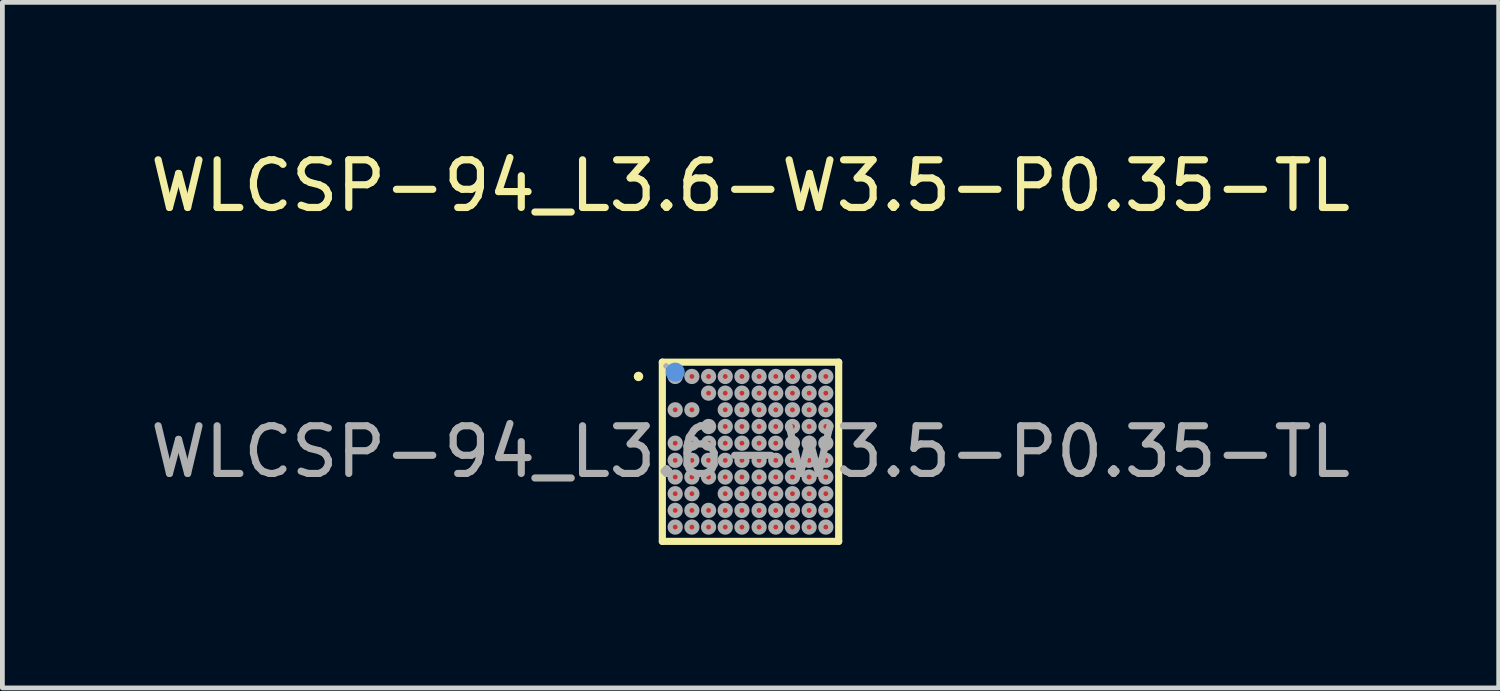
<source format=kicad_pcb>
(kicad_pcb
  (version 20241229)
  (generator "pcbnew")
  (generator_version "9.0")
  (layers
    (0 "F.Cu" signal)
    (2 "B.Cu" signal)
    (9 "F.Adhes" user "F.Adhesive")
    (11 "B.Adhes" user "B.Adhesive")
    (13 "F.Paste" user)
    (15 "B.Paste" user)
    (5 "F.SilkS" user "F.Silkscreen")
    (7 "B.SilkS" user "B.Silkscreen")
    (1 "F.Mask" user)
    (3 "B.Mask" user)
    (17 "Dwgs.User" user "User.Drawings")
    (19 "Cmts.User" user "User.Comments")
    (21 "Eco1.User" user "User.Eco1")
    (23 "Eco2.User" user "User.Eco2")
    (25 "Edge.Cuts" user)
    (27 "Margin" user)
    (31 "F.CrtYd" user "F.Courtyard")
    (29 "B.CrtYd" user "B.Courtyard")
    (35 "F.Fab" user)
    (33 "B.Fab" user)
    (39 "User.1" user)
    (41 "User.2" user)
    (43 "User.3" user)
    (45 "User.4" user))
  (footprint "WLCSP-94_L3.6-W3.5-P0.35-TL"
    (layer "F.Cu")
    (at 12.696 6.428)
    (property "Reference" "WLCSP-94_L3.6-W3.5-P0.35-TL" (at 0 -5.58 0) (layer "F.SilkS") (effects (font (size 1 1) (thickness 0.15))))
    (attr smd)
    (fp_line (start -1.85 -1.88) (end 1.85 -1.88) (stroke (width 0.15) (type solid)) (layer "F.SilkS"))
    (fp_line (start -1.85 1.88) (end -1.85 -1.88) (stroke (width 0.15) (type solid)) (layer "F.SilkS"))
    (fp_line (start 1.85 -1.88) (end 1.85 1.88) (stroke (width 0.15) (type solid)) (layer "F.SilkS"))
    (fp_line (start 1.85 1.88) (end -1.85 1.88) (stroke (width 0.15) (type solid)) (layer "F.SilkS"))
    (fp_circle (center -2.35 -1.58) (end -2.3 -1.58) (stroke (width 0.1) (type solid)) (fill no) (layer "F.SilkS"))
    (fp_circle (center -1.58 -1.67) (end -1.48 -1.67) (stroke (width 0.2) (type solid)) (fill no) (layer "Cmts.User"))
    (fp_circle (center -1.77 -1.8) (end -1.74 -1.8) (stroke (width 0.06) (type solid)) (fill no) (layer "F.Fab"))
    (fp_circle (center -1.58 -1.58) (end -1.53 -1.58) (stroke (width 0.11) (type solid)) (fill no) (layer "F.Fab"))
    (fp_circle (center -1.58 -0.88) (end -1.53 -0.88) (stroke (width 0.11) (type solid)) (fill no) (layer "F.Fab"))
    (fp_circle (center -1.58 -0.18) (end -1.53 -0.18) (stroke (width 0.11) (type solid)) (fill no) (layer "F.Fab"))
    (fp_circle (center -1.58 0.18) (end -1.53 0.18) (stroke (width 0.11) (type solid)) (fill no) (layer "F.Fab"))
    (fp_circle (center -1.58 0.53) (end -1.53 0.53) (stroke (width 0.11) (type solid)) (fill no) (layer "F.Fab"))
    (fp_circle (center -1.58 0.88) (end -1.53 0.88) (stroke (width 0.11) (type solid)) (fill no) (layer "F.Fab"))
    (fp_circle (center -1.58 1.23) (end -1.53 1.23) (stroke (width 0.11) (type solid)) (fill no) (layer "F.Fab"))
    (fp_circle (center -1.58 1.58) (end -1.53 1.58) (stroke (width 0.11) (type solid)) (fill no) (layer "F.Fab"))
    (fp_circle (center -1.23 -1.58) (end -1.18 -1.58) (stroke (width 0.11) (type solid)) (fill no) (layer "F.Fab"))
    (fp_circle (center -1.23 -0.88) (end -1.18 -0.88) (stroke (width 0.11) (type solid)) (fill no) (layer "F.Fab"))
    (fp_circle (center -1.23 -0.18) (end -1.18 -0.18) (stroke (width 0.11) (type solid)) (fill no) (layer "F.Fab"))
    (fp_circle (center -1.23 0.18) (end -1.18 0.18) (stroke (width 0.11) (type solid)) (fill no) (layer "F.Fab"))
    (fp_circle (center -1.23 0.53) (end -1.18 0.53) (stroke (width 0.11) (type solid)) (fill no) (layer "F.Fab"))
    (fp_circle (center -1.23 0.88) (end -1.18 0.88) (stroke (width 0.11) (type solid)) (fill no) (layer "F.Fab"))
    (fp_circle (center -1.23 1.23) (end -1.18 1.23) (stroke (width 0.11) (type solid)) (fill no) (layer "F.Fab"))
    (fp_circle (center -1.23 1.58) (end -1.18 1.58) (stroke (width 0.11) (type solid)) (fill no) (layer "F.Fab"))
    (fp_circle (center -0.88 -1.58) (end -0.83 -1.58) (stroke (width 0.11) (type solid)) (fill no) (layer "F.Fab"))
    (fp_circle (center -0.88 -1.23) (end -0.83 -1.23) (stroke (width 0.11) (type solid)) (fill no) (layer "F.Fab"))
    (fp_circle (center -0.88 -0.53) (end -0.83 -0.53) (stroke (width 0.11) (type solid)) (fill no) (layer "F.Fab"))
    (fp_circle (center -0.88 -0.18) (end -0.83 -0.18) (stroke (width 0.11) (type solid)) (fill no) (layer "F.Fab"))
    (fp_circle (center -0.88 0.18) (end -0.83 0.18) (stroke (width 0.11) (type solid)) (fill no) (layer "F.Fab"))
    (fp_circle (center -0.88 0.53) (end -0.83 0.53) (stroke (width 0.11) (type solid)) (fill no) (layer "F.Fab"))
    (fp_circle (center -0.88 1.23) (end -0.83 1.23) (stroke (width 0.11) (type solid)) (fill no) (layer "F.Fab"))
    (fp_circle (center -0.88 1.58) (end -0.83 1.58) (stroke (width 0.11) (type solid)) (fill no) (layer "F.Fab"))
    (fp_circle (center -0.53 -1.58) (end -0.48 -1.58) (stroke (width 0.11) (type solid)) (fill no) (layer "F.Fab"))
    (fp_circle (center -0.53 -1.23) (end -0.48 -1.23) (stroke (width 0.11) (type solid)) (fill no) (layer "F.Fab"))
    (fp_circle (center -0.53 -0.88) (end -0.48 -0.88) (stroke (width 0.11) (type solid)) (fill no) (layer "F.Fab"))
    (fp_circle (center -0.53 -0.53) (end -0.48 -0.53) (stroke (width 0.11) (type solid)) (fill no) (layer "F.Fab"))
    (fp_circle (center -0.53 -0.18) (end -0.48 -0.18) (stroke (width 0.11) (type solid)) (fill no) (layer "F.Fab"))
    (fp_circle (center -0.53 0.18) (end -0.48 0.18) (stroke (width 0.11) (type solid)) (fill no) (layer "F.Fab"))
    (fp_circle (center -0.53 0.53) (end -0.48 0.53) (stroke (width 0.11) (type solid)) (fill no) (layer "F.Fab"))
    (fp_circle (center -0.53 0.88) (end -0.48 0.88) (stroke (width 0.11) (type solid)) (fill no) (layer "F.Fab"))
    (fp_circle (center -0.53 1.23) (end -0.48 1.23) (stroke (width 0.11) (type solid)) (fill no) (layer "F.Fab"))
    (fp_circle (center -0.53 1.58) (end -0.48 1.58) (stroke (width 0.11) (type solid)) (fill no) (layer "F.Fab"))
    (fp_circle (center -0.18 -1.58) (end -0.13 -1.58) (stroke (width 0.11) (type solid)) (fill no) (layer "F.Fab"))
    (fp_circle (center -0.18 -1.23) (end -0.13 -1.23) (stroke (width 0.11) (type solid)) (fill no) (layer "F.Fab"))
    (fp_circle (center -0.18 -0.88) (end -0.13 -0.88) (stroke (width 0.11) (type solid)) (fill no) (layer "F.Fab"))
    (fp_circle (center -0.18 -0.53) (end -0.13 -0.53) (stroke (width 0.11) (type solid)) (fill no) (layer "F.Fab"))
    (fp_circle (center -0.18 -0.18) (end -0.13 -0.18) (stroke (width 0.11) (type solid)) (fill no) (layer "F.Fab"))
    (fp_circle (center -0.18 0.18) (end -0.13 0.18) (stroke (width 0.11) (type solid)) (fill no) (layer "F.Fab"))
    (fp_circle (center -0.18 0.53) (end -0.13 0.53) (stroke (width 0.11) (type solid)) (fill no) (layer "F.Fab"))
    (fp_circle (center -0.18 0.88) (end -0.13 0.88) (stroke (width 0.11) (type solid)) (fill no) (layer "F.Fab"))
    (fp_circle (center -0.18 1.23) (end -0.13 1.23) (stroke (width 0.11) (type solid)) (fill no) (layer "F.Fab"))
    (fp_circle (center -0.18 1.58) (end -0.13 1.58) (stroke (width 0.11) (type solid)) (fill no) (layer "F.Fab"))
    (fp_circle (center 0.18 -1.58) (end 0.23 -1.58) (stroke (width 0.11) (type solid)) (fill no) (layer "F.Fab"))
    (fp_circle (center 0.18 -1.23) (end 0.23 -1.23) (stroke (width 0.11) (type solid)) (fill no) (layer "F.Fab"))
    (fp_circle (center 0.18 -0.88) (end 0.23 -0.88) (stroke (width 0.11) (type solid)) (fill no) (layer "F.Fab"))
    (fp_circle (center 0.18 -0.53) (end 0.23 -0.53) (stroke (width 0.11) (type solid)) (fill no) (layer "F.Fab"))
    (fp_circle (center 0.18 -0.18) (end 0.23 -0.18) (stroke (width 0.11) (type solid)) (fill no) (layer "F.Fab"))
    (fp_circle (center 0.18 0.18) (end 0.23 0.18) (stroke (width 0.11) (type solid)) (fill no) (layer "F.Fab"))
    (fp_circle (center 0.18 0.53) (end 0.23 0.53) (stroke (width 0.11) (type solid)) (fill no) (layer "F.Fab"))
    (fp_circle (center 0.18 0.88) (end 0.23 0.88) (stroke (width 0.11) (type solid)) (fill no) (layer "F.Fab"))
    (fp_circle (center 0.18 1.23) (end 0.23 1.23) (stroke (width 0.11) (type solid)) (fill no) (layer "F.Fab"))
    (fp_circle (center 0.18 1.58) (end 0.23 1.58) (stroke (width 0.11) (type solid)) (fill no) (layer "F.Fab"))
    (fp_circle (center 0.53 -1.58) (end 0.58 -1.58) (stroke (width 0.11) (type solid)) (fill no) (layer "F.Fab"))
    (fp_circle (center 0.53 -1.23) (end 0.58 -1.23) (stroke (width 0.11) (type solid)) (fill no) (layer "F.Fab"))
    (fp_circle (center 0.53 -0.88) (end 0.58 -0.88) (stroke (width 0.11) (type solid)) (fill no) (layer "F.Fab"))
    (fp_circle (center 0.53 -0.53) (end 0.58 -0.53) (stroke (width 0.11) (type solid)) (fill no) (layer "F.Fab"))
    (fp_circle (center 0.53 -0.18) (end 0.58 -0.18) (stroke (width 0.11) (type solid)) (fill no) (layer "F.Fab"))
    (fp_circle (center 0.53 0.18) (end 0.58 0.18) (stroke (width 0.11) (type solid)) (fill no) (layer "F.Fab"))
    (fp_circle (center 0.53 0.53) (end 0.58 0.53) (stroke (width 0.11) (type solid)) (fill no) (layer "F.Fab"))
    (fp_circle (center 0.53 0.88) (end 0.58 0.88) (stroke (width 0.11) (type solid)) (fill no) (layer "F.Fab"))
    (fp_circle (center 0.53 1.23) (end 0.58 1.23) (stroke (width 0.11) (type solid)) (fill no) (layer "F.Fab"))
    (fp_circle (center 0.53 1.58) (end 0.58 1.58) (stroke (width 0.11) (type solid)) (fill no) (layer "F.Fab"))
    (fp_circle (center 0.88 -1.58) (end 0.93 -1.58) (stroke (width 0.11) (type solid)) (fill no) (layer "F.Fab"))
    (fp_circle (center 0.88 -1.23) (end 0.93 -1.23) (stroke (width 0.11) (type solid)) (fill no) (layer "F.Fab"))
    (fp_circle (center 0.88 -0.88) (end 0.93 -0.88) (stroke (width 0.11) (type solid)) (fill no) (layer "F.Fab"))
    (fp_circle (center 0.88 -0.53) (end 0.93 -0.53) (stroke (width 0.11) (type solid)) (fill no) (layer "F.Fab"))
    (fp_circle (center 0.88 -0.18) (end 0.93 -0.18) (stroke (width 0.11) (type solid)) (fill no) (layer "F.Fab"))
    (fp_circle (center 0.88 0.18) (end 0.93 0.18) (stroke (width 0.11) (type solid)) (fill no) (layer "F.Fab"))
    (fp_circle (center 0.88 0.53) (end 0.93 0.53) (stroke (width 0.11) (type solid)) (fill no) (layer "F.Fab"))
    (fp_circle (center 0.88 0.88) (end 0.93 0.88) (stroke (width 0.11) (type solid)) (fill no) (layer "F.Fab"))
    (fp_circle (center 0.88 1.23) (end 0.93 1.23) (stroke (width 0.11) (type solid)) (fill no) (layer "F.Fab"))
    (fp_circle (center 0.88 1.58) (end 0.93 1.58) (stroke (width 0.11) (type solid)) (fill no) (layer "F.Fab"))
    (fp_circle (center 1.23 -1.58) (end 1.28 -1.58) (stroke (width 0.11) (type solid)) (fill no) (layer "F.Fab"))
    (fp_circle (center 1.23 -1.23) (end 1.28 -1.23) (stroke (width 0.11) (type solid)) (fill no) (layer "F.Fab"))
    (fp_circle (center 1.23 -0.88) (end 1.28 -0.88) (stroke (width 0.11) (type solid)) (fill no) (layer "F.Fab"))
    (fp_circle (center 1.23 -0.53) (end 1.28 -0.53) (stroke (width 0.11) (type solid)) (fill no) (layer "F.Fab"))
    (fp_circle (center 1.23 -0.18) (end 1.28 -0.18) (stroke (width 0.11) (type solid)) (fill no) (layer "F.Fab"))
    (fp_circle (center 1.23 0.18) (end 1.28 0.18) (stroke (width 0.11) (type solid)) (fill no) (layer "F.Fab"))
    (fp_circle (center 1.23 0.53) (end 1.28 0.53) (stroke (width 0.11) (type solid)) (fill no) (layer "F.Fab"))
    (fp_circle (center 1.23 0.88) (end 1.28 0.88) (stroke (width 0.11) (type solid)) (fill no) (layer "F.Fab"))
    (fp_circle (center 1.23 1.23) (end 1.28 1.23) (stroke (width 0.11) (type solid)) (fill no) (layer "F.Fab"))
    (fp_circle (center 1.23 1.58) (end 1.28 1.58) (stroke (width 0.11) (type solid)) (fill no) (layer "F.Fab"))
    (fp_circle (center 1.58 -1.58) (end 1.63 -1.58) (stroke (width 0.11) (type solid)) (fill no) (layer "F.Fab"))
    (fp_circle (center 1.58 -1.23) (end 1.63 -1.23) (stroke (width 0.11) (type solid)) (fill no) (layer "F.Fab"))
    (fp_circle (center 1.58 -0.88) (end 1.63 -0.88) (stroke (width 0.11) (type solid)) (fill no) (layer "F.Fab"))
    (fp_circle (center 1.58 -0.53) (end 1.63 -0.53) (stroke (width 0.11) (type solid)) (fill no) (layer "F.Fab"))
    (fp_circle (center 1.58 -0.18) (end 1.63 -0.18) (stroke (width 0.11) (type solid)) (fill no) (layer "F.Fab"))
    (fp_circle (center 1.58 0.18) (end 1.63 0.18) (stroke (width 0.11) (type solid)) (fill no) (layer "F.Fab"))
    (fp_circle (center 1.58 0.53) (end 1.63 0.53) (stroke (width 0.11) (type solid)) (fill no) (layer "F.Fab"))
    (fp_circle (center 1.58 0.88) (end 1.63 0.88) (stroke (width 0.11) (type solid)) (fill no) (layer "F.Fab"))
    (fp_circle (center 1.58 1.23) (end 1.63 1.23) (stroke (width 0.11) (type solid)) (fill no) (layer "F.Fab"))
    (fp_circle (center 1.58 1.58) (end 1.63 1.58) (stroke (width 0.11) (type solid)) (fill no) (layer "F.Fab"))
    (fp_text user "${REFERENCE}" (at 0 0 0) (layer "F.Fab") (effects (font (size 1 1) (thickness 0.15))))
    (pad "A1" smd circle (at -1.58 -1.58) (size 0.17 0.17) (layers "F.Cu" "F.Mask" "F.Paste"))
    (pad "A2" smd circle (at -1.23 -1.58) (size 0.17 0.17) (layers "F.Cu" "F.Mask" "F.Paste"))
    (pad "A3" smd circle (at -0.88 -1.58) (size 0.17 0.17) (layers "F.Cu" "F.Mask" "F.Paste"))
    (pad "A4" smd circle (at -0.53 -1.58) (size 0.17 0.17) (layers "F.Cu" "F.Mask" "F.Paste"))
    (pad "A5" smd circle (at -0.18 -1.58) (size 0.17 0.17) (layers "F.Cu" "F.Mask" "F.Paste"))
    (pad "A6" smd circle (at 0.18 -1.58) (size 0.17 0.17) (layers "F.Cu" "F.Mask" "F.Paste"))
    (pad "A7" smd circle (at 0.53 -1.58) (size 0.17 0.17) (layers "F.Cu" "F.Mask" "F.Paste"))
    (pad "A8" smd circle (at 0.88 -1.58) (size 0.17 0.17) (layers "F.Cu" "F.Mask" "F.Paste"))
    (pad "A9" smd circle (at 1.23 -1.58) (size 0.17 0.17) (layers "F.Cu" "F.Mask" "F.Paste"))
    (pad "A10" smd circle (at 1.58 -1.58) (size 0.17 0.17) (layers "F.Cu" "F.Mask" "F.Paste"))
    (pad "B3" smd circle (at -0.88 -1.23) (size 0.17 0.17) (layers "F.Cu" "F.Mask" "F.Paste"))
    (pad "B4" smd circle (at -0.53 -1.23) (size 0.17 0.17) (layers "F.Cu" "F.Mask" "F.Paste"))
    (pad "B5" smd circle (at -0.18 -1.23) (size 0.17 0.17) (layers "F.Cu" "F.Mask" "F.Paste"))
    (pad "B6" smd circle (at 0.18 -1.23) (size 0.17 0.17) (layers "F.Cu" "F.Mask" "F.Paste"))
    (pad "B7" smd circle (at 0.53 -1.23) (size 0.17 0.17) (layers "F.Cu" "F.Mask" "F.Paste"))
    (pad "B8" smd circle (at 0.88 -1.23) (size 0.17 0.17) (layers "F.Cu" "F.Mask" "F.Paste"))
    (pad "B9" smd circle (at 1.23 -1.23) (size 0.17 0.17) (layers "F.Cu" "F.Mask" "F.Paste"))
    (pad "B10" smd circle (at 1.58 -1.23) (size 0.17 0.17) (layers "F.Cu" "F.Mask" "F.Paste"))
    (pad "C1" smd circle (at -1.58 -0.88) (size 0.17 0.17) (layers "F.Cu" "F.Mask" "F.Paste"))
    (pad "C2" smd circle (at -1.23 -0.88) (size 0.17 0.17) (layers "F.Cu" "F.Mask" "F.Paste"))
    (pad "C4" smd circle (at -0.53 -0.88) (size 0.17 0.17) (layers "F.Cu" "F.Mask" "F.Paste"))
    (pad "C5" smd circle (at -0.18 -0.88) (size 0.17 0.17) (layers "F.Cu" "F.Mask" "F.Paste"))
    (pad "C6" smd circle (at 0.18 -0.88) (size 0.17 0.17) (layers "F.Cu" "F.Mask" "F.Paste"))
    (pad "C7" smd circle (at 0.53 -0.88) (size 0.17 0.17) (layers "F.Cu" "F.Mask" "F.Paste"))
    (pad "C8" smd circle (at 0.88 -0.88) (size 0.17 0.17) (layers "F.Cu" "F.Mask" "F.Paste"))
    (pad "C9" smd circle (at 1.23 -0.88) (size 0.17 0.17) (layers "F.Cu" "F.Mask" "F.Paste"))
    (pad "C10" smd circle (at 1.58 -0.88) (size 0.17 0.17) (layers "F.Cu" "F.Mask" "F.Paste"))
    (pad "D3" smd circle (at -0.88 -0.53) (size 0.17 0.17) (layers "F.Cu" "F.Mask" "F.Paste"))
    (pad "D4" smd circle (at -0.53 -0.53) (size 0.17 0.17) (layers "F.Cu" "F.Mask" "F.Paste"))
    (pad "D5" smd circle (at -0.18 -0.53) (size 0.17 0.17) (layers "F.Cu" "F.Mask" "F.Paste"))
    (pad "D6" smd circle (at 0.18 -0.53) (size 0.17 0.17) (layers "F.Cu" "F.Mask" "F.Paste"))
    (pad "D7" smd circle (at 0.53 -0.53) (size 0.17 0.17) (layers "F.Cu" "F.Mask" "F.Paste"))
    (pad "D8" smd circle (at 0.88 -0.53) (size 0.17 0.17) (layers "F.Cu" "F.Mask" "F.Paste"))
    (pad "D9" smd circle (at 1.23 -0.53) (size 0.17 0.17) (layers "F.Cu" "F.Mask" "F.Paste"))
    (pad "D10" smd circle (at 1.58 -0.53) (size 0.17 0.17) (layers "F.Cu" "F.Mask" "F.Paste"))
    (pad "E1" smd circle (at -1.58 -0.18) (size 0.17 0.17) (layers "F.Cu" "F.Mask" "F.Paste"))
    (pad "E2" smd circle (at -1.23 -0.18) (size 0.17 0.17) (layers "F.Cu" "F.Mask" "F.Paste"))
    (pad "E3" smd circle (at -0.88 -0.18) (size 0.17 0.17) (layers "F.Cu" "F.Mask" "F.Paste"))
    (pad "E4" smd circle (at -0.53 -0.18) (size 0.17 0.17) (layers "F.Cu" "F.Mask" "F.Paste"))
    (pad "E5" smd circle (at -0.18 -0.18) (size 0.17 0.17) (layers "F.Cu" "F.Mask" "F.Paste"))
    (pad "E6" smd circle (at 0.18 -0.18) (size 0.17 0.17) (layers "F.Cu" "F.Mask" "F.Paste"))
    (pad "E7" smd circle (at 0.53 -0.18) (size 0.17 0.17) (layers "F.Cu" "F.Mask" "F.Paste"))
    (pad "E8" smd circle (at 0.88 -0.18) (size 0.17 0.17) (layers "F.Cu" "F.Mask" "F.Paste"))
    (pad "E9" smd circle (at 1.23 -0.18) (size 0.17 0.17) (layers "F.Cu" "F.Mask" "F.Paste"))
    (pad "E10" smd circle (at 1.58 -0.18) (size 0.17 0.17) (layers "F.Cu" "F.Mask" "F.Paste"))
    (pad "F1" smd circle (at -1.58 0.18) (size 0.17 0.17) (layers "F.Cu" "F.Mask" "F.Paste"))
    (pad "F2" smd circle (at -1.23 0.18) (size 0.17 0.17) (layers "F.Cu" "F.Mask" "F.Paste"))
    (pad "F3" smd circle (at -0.88 0.18) (size 0.17 0.17) (layers "F.Cu" "F.Mask" "F.Paste"))
    (pad "F4" smd circle (at -0.53 0.18) (size 0.17 0.17) (layers "F.Cu" "F.Mask" "F.Paste"))
    (pad "F5" smd circle (at -0.18 0.18) (size 0.17 0.17) (layers "F.Cu" "F.Mask" "F.Paste"))
    (pad "F6" smd circle (at 0.18 0.18) (size 0.17 0.17) (layers "F.Cu" "F.Mask" "F.Paste"))
    (pad "F7" smd circle (at 0.53 0.18) (size 0.17 0.17) (layers "F.Cu" "F.Mask" "F.Paste"))
    (pad "F8" smd circle (at 0.88 0.18) (size 0.17 0.17) (layers "F.Cu" "F.Mask" "F.Paste"))
    (pad "F9" smd circle (at 1.23 0.18) (size 0.17 0.17) (layers "F.Cu" "F.Mask" "F.Paste"))
    (pad "F10" smd circle (at 1.58 0.18) (size 0.17 0.17) (layers "F.Cu" "F.Mask" "F.Paste"))
    (pad "G1" smd circle (at -1.58 0.53) (size 0.17 0.17) (layers "F.Cu" "F.Mask" "F.Paste"))
    (pad "G2" smd circle (at -1.23 0.53) (size 0.17 0.17) (layers "F.Cu" "F.Mask" "F.Paste"))
    (pad "G3" smd circle (at -0.88 0.53) (size 0.17 0.17) (layers "F.Cu" "F.Mask" "F.Paste"))
    (pad "G4" smd circle (at -0.53 0.53) (size 0.17 0.17) (layers "F.Cu" "F.Mask" "F.Paste"))
    (pad "G5" smd circle (at -0.18 0.53) (size 0.17 0.17) (layers "F.Cu" "F.Mask" "F.Paste"))
    (pad "G6" smd circle (at 0.18 0.53) (size 0.17 0.17) (layers "F.Cu" "F.Mask" "F.Paste"))
    (pad "G7" smd circle (at 0.53 0.53) (size 0.17 0.17) (layers "F.Cu" "F.Mask" "F.Paste"))
    (pad "G8" smd circle (at 0.88 0.53) (size 0.17 0.17) (layers "F.Cu" "F.Mask" "F.Paste"))
    (pad "G9" smd circle (at 1.23 0.53) (size 0.17 0.17) (layers "F.Cu" "F.Mask" "F.Paste"))
    (pad "G10" smd circle (at 1.58 0.53) (size 0.17 0.17) (layers "F.Cu" "F.Mask" "F.Paste"))
    (pad "H1" smd circle (at -1.58 0.88) (size 0.17 0.17) (layers "F.Cu" "F.Mask" "F.Paste"))
    (pad "H2" smd circle (at -1.23 0.88) (size 0.17 0.17) (layers "F.Cu" "F.Mask" "F.Paste"))
    (pad "H4" smd circle (at -0.53 0.88) (size 0.17 0.17) (layers "F.Cu" "F.Mask" "F.Paste"))
    (pad "H5" smd circle (at -0.18 0.88) (size 0.17 0.17) (layers "F.Cu" "F.Mask" "F.Paste"))
    (pad "H6" smd circle (at 0.18 0.88) (size 0.17 0.17) (layers "F.Cu" "F.Mask" "F.Paste"))
    (pad "H7" smd circle (at 0.53 0.88) (size 0.17 0.17) (layers "F.Cu" "F.Mask" "F.Paste"))
    (pad "H8" smd circle (at 0.88 0.88) (size 0.17 0.17) (layers "F.Cu" "F.Mask" "F.Paste"))
    (pad "H9" smd circle (at 1.23 0.88) (size 0.17 0.17) (layers "F.Cu" "F.Mask" "F.Paste"))
    (pad "H10" smd circle (at 1.58 0.88) (size 0.17 0.17) (layers "F.Cu" "F.Mask" "F.Paste"))
    (pad "J1" smd circle (at -1.58 1.23) (size 0.17 0.17) (layers "F.Cu" "F.Mask" "F.Paste"))
    (pad "J2" smd circle (at -1.23 1.23) (size 0.17 0.17) (layers "F.Cu" "F.Mask" "F.Paste"))
    (pad "J3" smd circle (at -0.88 1.23) (size 0.17 0.17) (layers "F.Cu" "F.Mask" "F.Paste"))
    (pad "J4" smd circle (at -0.53 1.23) (size 0.17 0.17) (layers "F.Cu" "F.Mask" "F.Paste"))
    (pad "J5" smd circle (at -0.18 1.23) (size 0.17 0.17) (layers "F.Cu" "F.Mask" "F.Paste"))
    (pad "J6" smd circle (at 0.18 1.23) (size 0.17 0.17) (layers "F.Cu" "F.Mask" "F.Paste"))
    (pad "J7" smd circle (at 0.53 1.23) (size 0.17 0.17) (layers "F.Cu" "F.Mask" "F.Paste"))
    (pad "J8" smd circle (at 0.88 1.23) (size 0.17 0.17) (layers "F.Cu" "F.Mask" "F.Paste"))
    (pad "J9" smd circle (at 1.23 1.23) (size 0.17 0.17) (layers "F.Cu" "F.Mask" "F.Paste"))
    (pad "J10" smd circle (at 1.58 1.23) (size 0.17 0.17) (layers "F.Cu" "F.Mask" "F.Paste"))
    (pad "K1" smd circle (at -1.58 1.58) (size 0.17 0.17) (layers "F.Cu" "F.Mask" "F.Paste"))
    (pad "K2" smd circle (at -1.23 1.58) (size 0.17 0.17) (layers "F.Cu" "F.Mask" "F.Paste"))
    (pad "K3" smd circle (at -0.88 1.58) (size 0.17 0.17) (layers "F.Cu" "F.Mask" "F.Paste"))
    (pad "K4" smd circle (at -0.53 1.58) (size 0.17 0.17) (layers "F.Cu" "F.Mask" "F.Paste"))
    (pad "K5" smd circle (at -0.18 1.58) (size 0.17 0.17) (layers "F.Cu" "F.Mask" "F.Paste"))
    (pad "K6" smd circle (at 0.18 1.58) (size 0.17 0.17) (layers "F.Cu" "F.Mask" "F.Paste"))
    (pad "K7" smd circle (at 0.53 1.58) (size 0.17 0.17) (layers "F.Cu" "F.Mask" "F.Paste"))
    (pad "K8" smd circle (at 0.88 1.58) (size 0.17 0.17) (layers "F.Cu" "F.Mask" "F.Paste"))
    (pad "K9" smd circle (at 1.23 1.58) (size 0.17 0.17) (layers "F.Cu" "F.Mask" "F.Paste"))
    (pad "K10" smd circle (at 1.58 1.58) (size 0.17 0.17) (layers "F.Cu" "F.Mask" "F.Paste")))
  (gr_rect
    (start -3 -3)
    (end 28.393 11.383)
    (stroke (width 0.1) (type default))
    (fill no)
    (layer "Edge.Cuts")))
</source>
